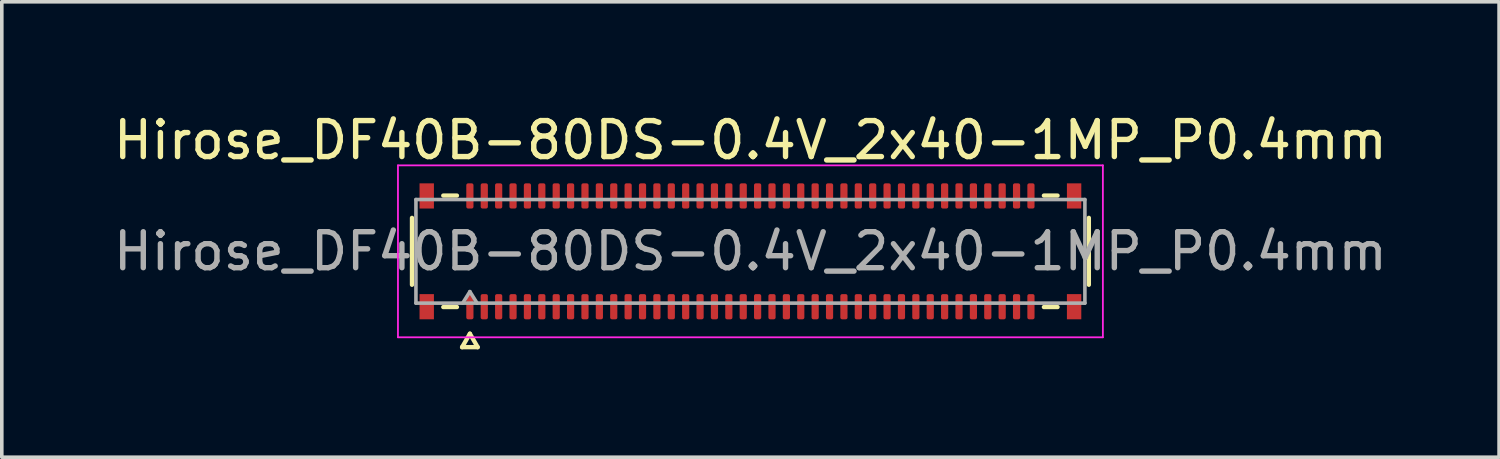
<source format=kicad_pcb>
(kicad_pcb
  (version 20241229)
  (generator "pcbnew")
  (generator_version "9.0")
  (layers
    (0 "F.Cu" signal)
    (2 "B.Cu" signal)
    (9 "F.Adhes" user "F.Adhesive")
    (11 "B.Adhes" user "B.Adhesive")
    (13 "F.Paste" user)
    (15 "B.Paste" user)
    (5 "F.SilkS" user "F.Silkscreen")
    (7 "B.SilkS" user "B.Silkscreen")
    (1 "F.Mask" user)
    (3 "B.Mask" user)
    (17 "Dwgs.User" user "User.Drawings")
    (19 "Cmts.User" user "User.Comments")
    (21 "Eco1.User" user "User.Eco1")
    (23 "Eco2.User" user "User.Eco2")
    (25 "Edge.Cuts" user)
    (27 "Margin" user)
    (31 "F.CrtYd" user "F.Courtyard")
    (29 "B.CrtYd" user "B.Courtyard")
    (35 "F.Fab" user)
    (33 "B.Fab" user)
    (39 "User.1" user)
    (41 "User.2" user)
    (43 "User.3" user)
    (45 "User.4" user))
  (footprint "Hirose_DF40B-80DS-0.4V_2x40-1MP_P0.4mm"
    (layer "F.Cu")
    (at 17.815 3.938)
    (property "Reference" "Hirose_DF40B-80DS-0.4V_2x40-1MP_P0.4mm" (at 0 -3.09 0) (layer "F.SilkS") (effects (font (size 1 1) (thickness 0.15))))
    (attr smd)
    (fp_line (start -9.41 0.93) (end -9.41 -0.93) (stroke (width 0.12) (type solid)) (layer "F.SilkS"))
    (fp_line (start -8.54 -1.55) (end -8.16 -1.55) (stroke (width 0.12) (type solid)) (layer "F.SilkS"))
    (fp_line (start -8.16 1.55) (end -8.54 1.55) (stroke (width 0.12) (type solid)) (layer "F.SilkS"))
    (fp_line (start -8.017 2.665) (end -7.8 2.29) (stroke (width 0.12) (type solid)) (layer "F.SilkS"))
    (fp_line (start -7.8 2.29) (end -7.583 2.665) (stroke (width 0.12) (type solid)) (layer "F.SilkS"))
    (fp_line (start -7.583 2.665) (end -8.017 2.665) (stroke (width 0.12) (type solid)) (layer "F.SilkS"))
    (fp_line (start 8.16 -1.55) (end 8.54 -1.55) (stroke (width 0.12) (type solid)) (layer "F.SilkS"))
    (fp_line (start 8.54 1.55) (end 8.16 1.55) (stroke (width 0.12) (type solid)) (layer "F.SilkS"))
    (fp_line (start 9.41 -0.93) (end 9.41 0.93) (stroke (width 0.12) (type solid)) (layer "F.SilkS"))
    (fp_line (start -9.8 -2.39) (end -9.8 2.39) (stroke (width 0.05) (type solid)) (layer "F.CrtYd"))
    (fp_line (start -9.8 2.39) (end 9.8 2.39) (stroke (width 0.05) (type solid)) (layer "F.CrtYd"))
    (fp_line (start 9.8 -2.39) (end -9.8 -2.39) (stroke (width 0.05) (type solid)) (layer "F.CrtYd"))
    (fp_line (start 9.8 2.39) (end 9.8 -2.39) (stroke (width 0.05) (type solid)) (layer "F.CrtYd"))
    (fp_line (start -9.3 -1.44) (end 9.3 -1.44) (stroke (width 0.1) (type solid)) (layer "F.Fab"))
    (fp_line (start -9.3 1.44) (end -9.3 -1.44) (stroke (width 0.1) (type solid)) (layer "F.Fab"))
    (fp_line (start -8 1.44) (end -7.8 1.12) (stroke (width 0.1) (type solid)) (layer "F.Fab"))
    (fp_line (start -7.8 1.12) (end -7.6 1.44) (stroke (width 0.1) (type solid)) (layer "F.Fab"))
    (fp_line (start 9.3 -1.44) (end 9.3 1.44) (stroke (width 0.1) (type solid)) (layer "F.Fab"))
    (fp_line (start 9.3 1.44) (end -9.3 1.44) (stroke (width 0.1) (type solid)) (layer "F.Fab"))
    (fp_text user "${REFERENCE}" (at 0 0 0) (layer "F.Fab") (effects (font (size 1 1) (thickness 0.15))))
    (pad "1" smd roundrect (at -7.8 1.54) (size 0.2 0.7) (layers "F.Cu" "F.Mask" "F.Paste") (roundrect_rratio 0.25))
    (pad "2" smd roundrect (at -7.8 -1.54) (size 0.2 0.7) (layers "F.Cu" "F.Mask" "F.Paste") (roundrect_rratio 0.25))
    (pad "3" smd roundrect (at -7.4 1.54) (size 0.2 0.7) (layers "F.Cu" "F.Mask" "F.Paste") (roundrect_rratio 0.25))
    (pad "4" smd roundrect (at -7.4 -1.54) (size 0.2 0.7) (layers "F.Cu" "F.Mask" "F.Paste") (roundrect_rratio 0.25))
    (pad "5" smd roundrect (at -7 1.54) (size 0.2 0.7) (layers "F.Cu" "F.Mask" "F.Paste") (roundrect_rratio 0.25))
    (pad "6" smd roundrect (at -7 -1.54) (size 0.2 0.7) (layers "F.Cu" "F.Mask" "F.Paste") (roundrect_rratio 0.25))
    (pad "7" smd roundrect (at -6.6 1.54) (size 0.2 0.7) (layers "F.Cu" "F.Mask" "F.Paste") (roundrect_rratio 0.25))
    (pad "8" smd roundrect (at -6.6 -1.54) (size 0.2 0.7) (layers "F.Cu" "F.Mask" "F.Paste") (roundrect_rratio 0.25))
    (pad "9" smd roundrect (at -6.2 1.54) (size 0.2 0.7) (layers "F.Cu" "F.Mask" "F.Paste") (roundrect_rratio 0.25))
    (pad "10" smd roundrect (at -6.2 -1.54) (size 0.2 0.7) (layers "F.Cu" "F.Mask" "F.Paste") (roundrect_rratio 0.25))
    (pad "11" smd roundrect (at -5.8 1.54) (size 0.2 0.7) (layers "F.Cu" "F.Mask" "F.Paste") (roundrect_rratio 0.25))
    (pad "12" smd roundrect (at -5.8 -1.54) (size 0.2 0.7) (layers "F.Cu" "F.Mask" "F.Paste") (roundrect_rratio 0.25))
    (pad "13" smd roundrect (at -5.4 1.54) (size 0.2 0.7) (layers "F.Cu" "F.Mask" "F.Paste") (roundrect_rratio 0.25))
    (pad "14" smd roundrect (at -5.4 -1.54) (size 0.2 0.7) (layers "F.Cu" "F.Mask" "F.Paste") (roundrect_rratio 0.25))
    (pad "15" smd roundrect (at -5 1.54) (size 0.2 0.7) (layers "F.Cu" "F.Mask" "F.Paste") (roundrect_rratio 0.25))
    (pad "16" smd roundrect (at -5 -1.54) (size 0.2 0.7) (layers "F.Cu" "F.Mask" "F.Paste") (roundrect_rratio 0.25))
    (pad "17" smd roundrect (at -4.6 1.54) (size 0.2 0.7) (layers "F.Cu" "F.Mask" "F.Paste") (roundrect_rratio 0.25))
    (pad "18" smd roundrect (at -4.6 -1.54) (size 0.2 0.7) (layers "F.Cu" "F.Mask" "F.Paste") (roundrect_rratio 0.25))
    (pad "19" smd roundrect (at -4.2 1.54) (size 0.2 0.7) (layers "F.Cu" "F.Mask" "F.Paste") (roundrect_rratio 0.25))
    (pad "20" smd roundrect (at -4.2 -1.54) (size 0.2 0.7) (layers "F.Cu" "F.Mask" "F.Paste") (roundrect_rratio 0.25))
    (pad "21" smd roundrect (at -3.8 1.54) (size 0.2 0.7) (layers "F.Cu" "F.Mask" "F.Paste") (roundrect_rratio 0.25))
    (pad "22" smd roundrect (at -3.8 -1.54) (size 0.2 0.7) (layers "F.Cu" "F.Mask" "F.Paste") (roundrect_rratio 0.25))
    (pad "23" smd roundrect (at -3.4 1.54) (size 0.2 0.7) (layers "F.Cu" "F.Mask" "F.Paste") (roundrect_rratio 0.25))
    (pad "24" smd roundrect (at -3.4 -1.54) (size 0.2 0.7) (layers "F.Cu" "F.Mask" "F.Paste") (roundrect_rratio 0.25))
    (pad "25" smd roundrect (at -3 1.54) (size 0.2 0.7) (layers "F.Cu" "F.Mask" "F.Paste") (roundrect_rratio 0.25))
    (pad "26" smd roundrect (at -3 -1.54) (size 0.2 0.7) (layers "F.Cu" "F.Mask" "F.Paste") (roundrect_rratio 0.25))
    (pad "27" smd roundrect (at -2.6 1.54) (size 0.2 0.7) (layers "F.Cu" "F.Mask" "F.Paste") (roundrect_rratio 0.25))
    (pad "28" smd roundrect (at -2.6 -1.54) (size 0.2 0.7) (layers "F.Cu" "F.Mask" "F.Paste") (roundrect_rratio 0.25))
    (pad "29" smd roundrect (at -2.2 1.54) (size 0.2 0.7) (layers "F.Cu" "F.Mask" "F.Paste") (roundrect_rratio 0.25))
    (pad "30" smd roundrect (at -2.2 -1.54) (size 0.2 0.7) (layers "F.Cu" "F.Mask" "F.Paste") (roundrect_rratio 0.25))
    (pad "31" smd roundrect (at -1.8 1.54) (size 0.2 0.7) (layers "F.Cu" "F.Mask" "F.Paste") (roundrect_rratio 0.25))
    (pad "32" smd roundrect (at -1.8 -1.54) (size 0.2 0.7) (layers "F.Cu" "F.Mask" "F.Paste") (roundrect_rratio 0.25))
    (pad "33" smd roundrect (at -1.4 1.54) (size 0.2 0.7) (layers "F.Cu" "F.Mask" "F.Paste") (roundrect_rratio 0.25))
    (pad "34" smd roundrect (at -1.4 -1.54) (size 0.2 0.7) (layers "F.Cu" "F.Mask" "F.Paste") (roundrect_rratio 0.25))
    (pad "35" smd roundrect (at -1 1.54) (size 0.2 0.7) (layers "F.Cu" "F.Mask" "F.Paste") (roundrect_rratio 0.25))
    (pad "36" smd roundrect (at -1 -1.54) (size 0.2 0.7) (layers "F.Cu" "F.Mask" "F.Paste") (roundrect_rratio 0.25))
    (pad "37" smd roundrect (at -0.6 1.54) (size 0.2 0.7) (layers "F.Cu" "F.Mask" "F.Paste") (roundrect_rratio 0.25))
    (pad "38" smd roundrect (at -0.6 -1.54) (size 0.2 0.7) (layers "F.Cu" "F.Mask" "F.Paste") (roundrect_rratio 0.25))
    (pad "39" smd roundrect (at -0.2 1.54) (size 0.2 0.7) (layers "F.Cu" "F.Mask" "F.Paste") (roundrect_rratio 0.25))
    (pad "40" smd roundrect (at -0.2 -1.54) (size 0.2 0.7) (layers "F.Cu" "F.Mask" "F.Paste") (roundrect_rratio 0.25))
    (pad "41" smd roundrect (at 0.2 1.54) (size 0.2 0.7) (layers "F.Cu" "F.Mask" "F.Paste") (roundrect_rratio 0.25))
    (pad "42" smd roundrect (at 0.2 -1.54) (size 0.2 0.7) (layers "F.Cu" "F.Mask" "F.Paste") (roundrect_rratio 0.25))
    (pad "43" smd roundrect (at 0.6 1.54) (size 0.2 0.7) (layers "F.Cu" "F.Mask" "F.Paste") (roundrect_rratio 0.25))
    (pad "44" smd roundrect (at 0.6 -1.54) (size 0.2 0.7) (layers "F.Cu" "F.Mask" "F.Paste") (roundrect_rratio 0.25))
    (pad "45" smd roundrect (at 1 1.54) (size 0.2 0.7) (layers "F.Cu" "F.Mask" "F.Paste") (roundrect_rratio 0.25))
    (pad "46" smd roundrect (at 1 -1.54) (size 0.2 0.7) (layers "F.Cu" "F.Mask" "F.Paste") (roundrect_rratio 0.25))
    (pad "47" smd roundrect (at 1.4 1.54) (size 0.2 0.7) (layers "F.Cu" "F.Mask" "F.Paste") (roundrect_rratio 0.25))
    (pad "48" smd roundrect (at 1.4 -1.54) (size 0.2 0.7) (layers "F.Cu" "F.Mask" "F.Paste") (roundrect_rratio 0.25))
    (pad "49" smd roundrect (at 1.8 1.54) (size 0.2 0.7) (layers "F.Cu" "F.Mask" "F.Paste") (roundrect_rratio 0.25))
    (pad "50" smd roundrect (at 1.8 -1.54) (size 0.2 0.7) (layers "F.Cu" "F.Mask" "F.Paste") (roundrect_rratio 0.25))
    (pad "51" smd roundrect (at 2.2 1.54) (size 0.2 0.7) (layers "F.Cu" "F.Mask" "F.Paste") (roundrect_rratio 0.25))
    (pad "52" smd roundrect (at 2.2 -1.54) (size 0.2 0.7) (layers "F.Cu" "F.Mask" "F.Paste") (roundrect_rratio 0.25))
    (pad "53" smd roundrect (at 2.6 1.54) (size 0.2 0.7) (layers "F.Cu" "F.Mask" "F.Paste") (roundrect_rratio 0.25))
    (pad "54" smd roundrect (at 2.6 -1.54) (size 0.2 0.7) (layers "F.Cu" "F.Mask" "F.Paste") (roundrect_rratio 0.25))
    (pad "55" smd roundrect (at 3 1.54) (size 0.2 0.7) (layers "F.Cu" "F.Mask" "F.Paste") (roundrect_rratio 0.25))
    (pad "56" smd roundrect (at 3 -1.54) (size 0.2 0.7) (layers "F.Cu" "F.Mask" "F.Paste") (roundrect_rratio 0.25))
    (pad "57" smd roundrect (at 3.4 1.54) (size 0.2 0.7) (layers "F.Cu" "F.Mask" "F.Paste") (roundrect_rratio 0.25))
    (pad "58" smd roundrect (at 3.4 -1.54) (size 0.2 0.7) (layers "F.Cu" "F.Mask" "F.Paste") (roundrect_rratio 0.25))
    (pad "59" smd roundrect (at 3.8 1.54) (size 0.2 0.7) (layers "F.Cu" "F.Mask" "F.Paste") (roundrect_rratio 0.25))
    (pad "60" smd roundrect (at 3.8 -1.54) (size 0.2 0.7) (layers "F.Cu" "F.Mask" "F.Paste") (roundrect_rratio 0.25))
    (pad "61" smd roundrect (at 4.2 1.54) (size 0.2 0.7) (layers "F.Cu" "F.Mask" "F.Paste") (roundrect_rratio 0.25))
    (pad "62" smd roundrect (at 4.2 -1.54) (size 0.2 0.7) (layers "F.Cu" "F.Mask" "F.Paste") (roundrect_rratio 0.25))
    (pad "63" smd roundrect (at 4.6 1.54) (size 0.2 0.7) (layers "F.Cu" "F.Mask" "F.Paste") (roundrect_rratio 0.25))
    (pad "64" smd roundrect (at 4.6 -1.54) (size 0.2 0.7) (layers "F.Cu" "F.Mask" "F.Paste") (roundrect_rratio 0.25))
    (pad "65" smd roundrect (at 5 1.54) (size 0.2 0.7) (layers "F.Cu" "F.Mask" "F.Paste") (roundrect_rratio 0.25))
    (pad "66" smd roundrect (at 5 -1.54) (size 0.2 0.7) (layers "F.Cu" "F.Mask" "F.Paste") (roundrect_rratio 0.25))
    (pad "67" smd roundrect (at 5.4 1.54) (size 0.2 0.7) (layers "F.Cu" "F.Mask" "F.Paste") (roundrect_rratio 0.25))
    (pad "68" smd roundrect (at 5.4 -1.54) (size 0.2 0.7) (layers "F.Cu" "F.Mask" "F.Paste") (roundrect_rratio 0.25))
    (pad "69" smd roundrect (at 5.8 1.54) (size 0.2 0.7) (layers "F.Cu" "F.Mask" "F.Paste") (roundrect_rratio 0.25))
    (pad "70" smd roundrect (at 5.8 -1.54) (size 0.2 0.7) (layers "F.Cu" "F.Mask" "F.Paste") (roundrect_rratio 0.25))
    (pad "71" smd roundrect (at 6.2 1.54) (size 0.2 0.7) (layers "F.Cu" "F.Mask" "F.Paste") (roundrect_rratio 0.25))
    (pad "72" smd roundrect (at 6.2 -1.54) (size 0.2 0.7) (layers "F.Cu" "F.Mask" "F.Paste") (roundrect_rratio 0.25))
    (pad "73" smd roundrect (at 6.6 1.54) (size 0.2 0.7) (layers "F.Cu" "F.Mask" "F.Paste") (roundrect_rratio 0.25))
    (pad "74" smd roundrect (at 6.6 -1.54) (size 0.2 0.7) (layers "F.Cu" "F.Mask" "F.Paste") (roundrect_rratio 0.25))
    (pad "75" smd roundrect (at 7 1.54) (size 0.2 0.7) (layers "F.Cu" "F.Mask" "F.Paste") (roundrect_rratio 0.25))
    (pad "76" smd roundrect (at 7 -1.54) (size 0.2 0.7) (layers "F.Cu" "F.Mask" "F.Paste") (roundrect_rratio 0.25))
    (pad "77" smd roundrect (at 7.4 1.54) (size 0.2 0.7) (layers "F.Cu" "F.Mask" "F.Paste") (roundrect_rratio 0.25))
    (pad "78" smd roundrect (at 7.4 -1.54) (size 0.2 0.7) (layers "F.Cu" "F.Mask" "F.Paste") (roundrect_rratio 0.25))
    (pad "79" smd roundrect (at 7.8 1.54) (size 0.2 0.7) (layers "F.Cu" "F.Mask" "F.Paste") (roundrect_rratio 0.25))
    (pad "80" smd roundrect (at 7.8 -1.54) (size 0.2 0.7) (layers "F.Cu" "F.Mask" "F.Paste") (roundrect_rratio 0.25))
    (pad "MP" smd rect (at -9 -1.54) (size 0.4 0.7) (layers "F.Cu" "F.Mask" "F.Paste"))
    (pad "MP" smd rect (at -9 1.54) (size 0.4 0.7) (layers "F.Cu" "F.Mask" "F.Paste"))
    (pad "MP" smd rect (at 9 -1.54) (size 0.4 0.7) (layers "F.Cu" "F.Mask" "F.Paste"))
    (pad "MP" smd rect (at 9 1.54) (size 0.4 0.7) (layers "F.Cu" "F.Mask" "F.Paste")))
  (gr_rect
    (start -3 -3)
    (end 38.631 9.663)
    (stroke (width 0.1) (type default))
    (fill no)
    (layer "Edge.Cuts")))
</source>
